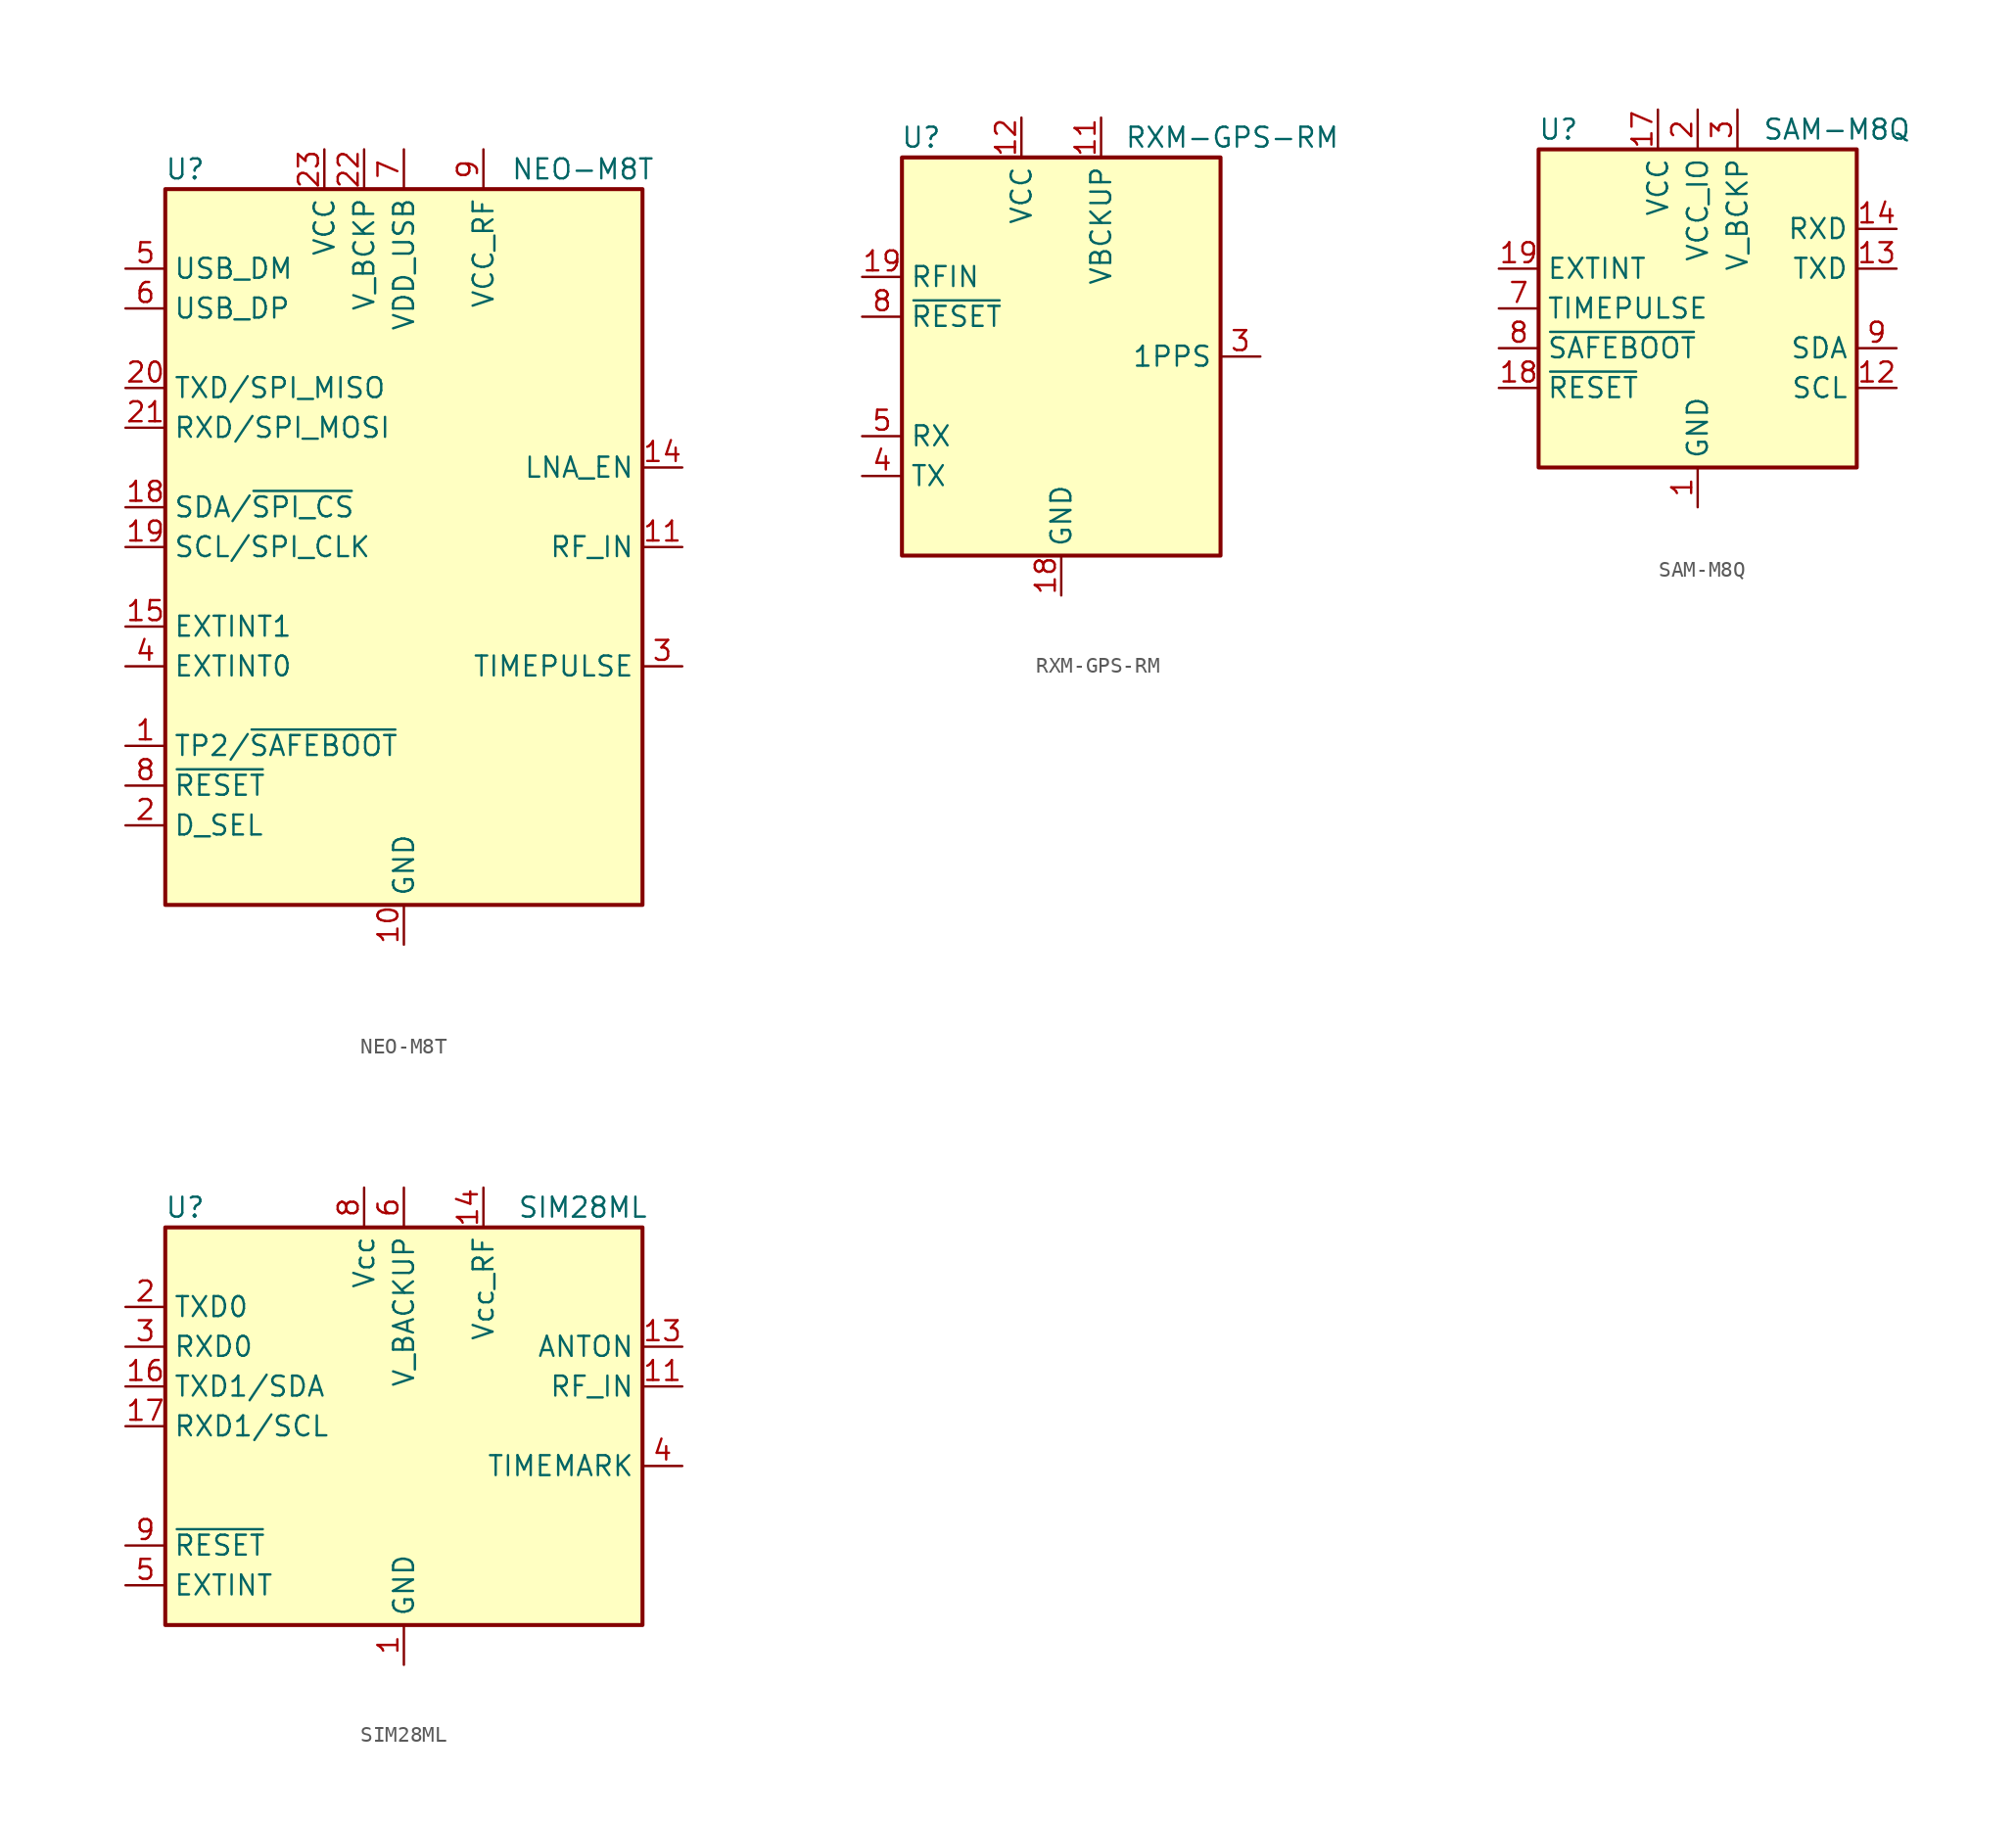
<source format=kicad_sym>
(kicad_symbol_lib
  (version 20201005)
  (generator kicad_symbol_editor)
  (symbol "RF_GPS:NEO-M8T"
    (property "Reference" "U"
      (at -13.97 24.13 0)
      (effects (font (size 1.27 1.27))))
    (property "Value" "NEO-M8T"
      (at 11.43 24.13 0)
      (effects (font (size 1.27 1.27))))
    (symbol "NEO-M8T_0_1"
      (rectangle (start -15.24 22.86) (end 15.24 -22.86) (stroke (width 0.254)) (fill (type background))))
    (symbol "NEO-M8T_1_1"
      (pin bidirectional line (at -17.78 -12.7 0) (length 2.54) (name "TP2/~SAFEBOOT" (effects (font (size 1.27 1.27)))) (number "1" (effects (font (size 1.27 1.27)))))
      (pin power_in line (at 0 -25.4 90) (length 2.54) (name "GND" (effects (font (size 1.27 1.27)))) (number "10" (effects (font (size 1.27 1.27)))))
      (pin input line (at 17.78 0 180) (length 2.54) (name "RF_IN" (effects (font (size 1.27 1.27)))) (number "11" (effects (font (size 1.27 1.27)))))
      (pin passive line (at 0 -25.4 90) (length 2.54) hide (name "GND" (effects (font (size 1.27 1.27)))) (number "12" (effects (font (size 1.27 1.27)))))
      (pin passive line (at 0 -25.4 90) (length 2.54) hide (name "GND" (effects (font (size 1.27 1.27)))) (number "13" (effects (font (size 1.27 1.27)))))
      (pin output line (at 17.78 5.08 180) (length 2.54) (name "LNA_EN" (effects (font (size 1.27 1.27)))) (number "14" (effects (font (size 1.27 1.27)))))
      (pin input line (at -17.78 -5.08 0) (length 2.54) (name "EXTINT1" (effects (font (size 1.27 1.27)))) (number "15" (effects (font (size 1.27 1.27)))))
      (pin no_connect line (at 15.24 -10.16 180) (length 2.54) hide (name "RESERVED" (effects (font (size 1.27 1.27)))) (number "16" (effects (font (size 1.27 1.27)))))
      (pin no_connect line (at 15.24 -12.7 180) (length 2.54) hide (name "RESERVED" (effects (font (size 1.27 1.27)))) (number "17" (effects (font (size 1.27 1.27)))))
      (pin bidirectional line (at -17.78 2.54 0) (length 2.54) (name "SDA/~SPI_CS" (effects (font (size 1.27 1.27)))) (number "18" (effects (font (size 1.27 1.27)))))
      (pin input line (at -17.78 0 0) (length 2.54) (name "SCL/SPI_CLK" (effects (font (size 1.27 1.27)))) (number "19" (effects (font (size 1.27 1.27)))))
      (pin input line (at -17.78 -17.78 0) (length 2.54) (name "D_SEL" (effects (font (size 1.27 1.27)))) (number "2" (effects (font (size 1.27 1.27)))))
      (pin output line (at -17.78 10.16 0) (length 2.54) (name "TXD/SPI_MISO" (effects (font (size 1.27 1.27)))) (number "20" (effects (font (size 1.27 1.27)))))
      (pin input line (at -17.78 7.62 0) (length 2.54) (name "RXD/SPI_MOSI" (effects (font (size 1.27 1.27)))) (number "21" (effects (font (size 1.27 1.27)))))
      (pin power_in line (at -2.54 25.4 270) (length 2.54) (name "V_BCKP" (effects (font (size 1.27 1.27)))) (number "22" (effects (font (size 1.27 1.27)))))
      (pin power_in line (at -5.08 25.4 270) (length 2.54) (name "VCC" (effects (font (size 1.27 1.27)))) (number "23" (effects (font (size 1.27 1.27)))))
      (pin passive line (at 0 -25.4 90) (length 2.54) hide (name "GND" (effects (font (size 1.27 1.27)))) (number "24" (effects (font (size 1.27 1.27)))))
      (pin output line (at 17.78 -7.62 180) (length 2.54) (name "TIMEPULSE" (effects (font (size 1.27 1.27)))) (number "3" (effects (font (size 1.27 1.27)))))
      (pin input line (at -17.78 -7.62 0) (length 2.54) (name "EXTINT0" (effects (font (size 1.27 1.27)))) (number "4" (effects (font (size 1.27 1.27)))))
      (pin bidirectional line (at -17.78 17.78 0) (length 2.54) (name "USB_DM" (effects (font (size 1.27 1.27)))) (number "5" (effects (font (size 1.27 1.27)))))
      (pin bidirectional line (at -17.78 15.24 0) (length 2.54) (name "USB_DP" (effects (font (size 1.27 1.27)))) (number "6" (effects (font (size 1.27 1.27)))))
      (pin power_in line (at 0 25.4 270) (length 2.54) (name "VDD_USB" (effects (font (size 1.27 1.27)))) (number "7" (effects (font (size 1.27 1.27)))))
      (pin input line (at -17.78 -15.24 0) (length 2.54) (name "~RESET" (effects (font (size 1.27 1.27)))) (number "8" (effects (font (size 1.27 1.27)))))
      (pin power_out line (at 5.08 25.4 270) (length 2.54) (name "VCC_RF" (effects (font (size 1.27 1.27)))) (number "9" (effects (font (size 1.27 1.27)))))))
  (symbol "RF_GPS:RXM-GPS-RM"
    (property "Reference" "U"
      (at -7.62 13.97 0)
      (effects (font (size 1.27 1.27)) (justify right)))
    (property "Value" "RXM-GPS-RM"
      (at 17.78 13.97 0)
      (effects (font (size 1.27 1.27)) (justify right)))
    (symbol "RXM-GPS-RM_0_1"
      (rectangle (start 10.16 -12.7) (end -10.16 12.7) (stroke (width 0.254)) (fill (type background))))
    (symbol "RXM-GPS-RM_1_1"
      (pin no_connect line (at -10.16 10.16 0) (length 2.54) hide (name "NC" (effects (font (size 1.27 1.27)))) (number "1" (effects (font (size 1.27 1.27)))))
      (pin no_connect line (at 10.16 10.16 180) (length 2.54) hide (name "NC" (effects (font (size 1.27 1.27)))) (number "10" (effects (font (size 1.27 1.27)))))
      (pin power_in line (at 2.54 15.24 270) (length 2.54) (name "VBCKUP" (effects (font (size 1.27 1.27)))) (number "11" (effects (font (size 1.27 1.27)))))
      (pin power_in line (at -2.54 15.24 270) (length 2.54) (name "VCC" (effects (font (size 1.27 1.27)))) (number "12" (effects (font (size 1.27 1.27)))))
      (pin no_connect line (at 10.16 7.62 180) (length 2.54) hide (name "NC" (effects (font (size 1.27 1.27)))) (number "13" (effects (font (size 1.27 1.27)))))
      (pin no_connect line (at 10.16 5.08 180) (length 2.54) hide (name "NC" (effects (font (size 1.27 1.27)))) (number "14" (effects (font (size 1.27 1.27)))))
      (pin no_connect line (at 10.16 2.54 180) (length 2.54) hide (name "NC" (effects (font (size 1.27 1.27)))) (number "15" (effects (font (size 1.27 1.27)))))
      (pin no_connect line (at 10.16 -2.54 180) (length 2.54) hide (name "NC" (effects (font (size 1.27 1.27)))) (number "16" (effects (font (size 1.27 1.27)))))
      (pin power_in line (at 0 -15.24 90) (length 2.54) (name "GND" (effects (font (size 1.27 1.27)))) (number "18" (effects (font (size 1.27 1.27)))))
      (pin input line (at -12.7 5.08 0) (length 2.54) (name "RFIN" (effects (font (size 1.27 1.27)))) (number "19" (effects (font (size 1.27 1.27)))))
      (pin no_connect line (at -10.16 7.62 0) (length 2.54) hide (name "NC" (effects (font (size 1.27 1.27)))) (number "2" (effects (font (size 1.27 1.27)))))
      (pin passive line (at 0 -15.24 90) (length 2.54) hide (name "GND" (effects (font (size 1.27 1.27)))) (number "20" (effects (font (size 1.27 1.27)))))
      (pin passive line (at 0 -15.24 90) (length 2.54) hide (name "GND" (effects (font (size 1.27 1.27)))) (number "21" (effects (font (size 1.27 1.27)))))
      (pin passive line (at 0 -15.24 90) (length 2.54) hide (name "GND" (effects (font (size 1.27 1.27)))) (number "22" (effects (font (size 1.27 1.27)))))
      (pin output line (at 12.7 0 180) (length 2.54) (name "1PPS" (effects (font (size 1.27 1.27)))) (number "3" (effects (font (size 1.27 1.27)))))
      (pin output line (at -12.7 -7.62 0) (length 2.54) (name "TX" (effects (font (size 1.27 1.27)))) (number "4" (effects (font (size 1.27 1.27)))))
      (pin input line (at -12.7 -5.08 0) (length 2.54) (name "RX" (effects (font (size 1.27 1.27)))) (number "5" (effects (font (size 1.27 1.27)))))
      (pin no_connect line (at -10.16 0 0) (length 2.54) hide (name "NC" (effects (font (size 1.27 1.27)))) (number "6" (effects (font (size 1.27 1.27)))))
      (pin no_connect line (at -10.16 -2.54 0) (length 2.54) hide (name "NC" (effects (font (size 1.27 1.27)))) (number "7" (effects (font (size 1.27 1.27)))))
      (pin input line (at -12.7 2.54 0) (length 2.54) (name "~RESET" (effects (font (size 1.27 1.27)))) (number "8" (effects (font (size 1.27 1.27)))))
      (pin no_connect line (at -10.16 -10.16 0) (length 2.54) hide (name "NC" (effects (font (size 1.27 1.27)))) (number "9" (effects (font (size 1.27 1.27)))))))
  (symbol "RF_GPS:SAM-M8Q"
    (property "Reference" "U"
      (at -8.89 11.43 0)
      (effects (font (size 1.27 1.27))))
    (property "Value" "SAM-M8Q"
      (at 8.89 11.43 0)
      (effects (font (size 1.27 1.27))))
    (symbol "SAM-M8Q_0_1"
      (rectangle (start -10.16 10.16) (end 10.16 -10.16) (stroke (width 0.254)) (fill (type background))))
    (symbol "SAM-M8Q_1_1"
      (pin power_in line (at 0 -12.7 90) (length 2.54) (name "GND" (effects (font (size 1.27 1.27)))) (number "1" (effects (font (size 1.27 1.27)))))
      (pin passive line (at 0 -12.7 90) (length 2.54) hide (name "GND" (effects (font (size 1.27 1.27)))) (number "10" (effects (font (size 1.27 1.27)))))
      (pin passive line (at 0 -12.7 90) (length 2.54) hide (name "GND" (effects (font (size 1.27 1.27)))) (number "11" (effects (font (size 1.27 1.27)))))
      (pin input line (at 12.7 -5.08 180) (length 2.54) (name "SCL" (effects (font (size 1.27 1.27)))) (number "12" (effects (font (size 1.27 1.27)))))
      (pin output line (at 12.7 2.54 180) (length 2.54) (name "TXD" (effects (font (size 1.27 1.27)))) (number "13" (effects (font (size 1.27 1.27)))))
      (pin input line (at 12.7 5.08 180) (length 2.54) (name "RXD" (effects (font (size 1.27 1.27)))) (number "14" (effects (font (size 1.27 1.27)))))
      (pin passive line (at 0 -12.7 90) (length 2.54) hide (name "GND" (effects (font (size 1.27 1.27)))) (number "15" (effects (font (size 1.27 1.27)))))
      (pin passive line (at 0 -12.7 90) (length 2.54) hide (name "GND" (effects (font (size 1.27 1.27)))) (number "16" (effects (font (size 1.27 1.27)))))
      (pin power_in line (at -2.54 12.7 270) (length 2.54) (name "VCC" (effects (font (size 1.27 1.27)))) (number "17" (effects (font (size 1.27 1.27)))))
      (pin input line (at -12.7 -5.08 0) (length 2.54) (name "~RESET" (effects (font (size 1.27 1.27)))) (number "18" (effects (font (size 1.27 1.27)))))
      (pin input line (at -12.7 2.54 0) (length 2.54) (name "EXTINT" (effects (font (size 1.27 1.27)))) (number "19" (effects (font (size 1.27 1.27)))))
      (pin power_in line (at 0 12.7 270) (length 2.54) (name "VCC_IO" (effects (font (size 1.27 1.27)))) (number "2" (effects (font (size 1.27 1.27)))))
      (pin passive line (at 0 -12.7 90) (length 2.54) hide (name "GND" (effects (font (size 1.27 1.27)))) (number "20" (effects (font (size 1.27 1.27)))))
      (pin power_in line (at 2.54 12.7 270) (length 2.54) (name "V_BCKP" (effects (font (size 1.27 1.27)))) (number "3" (effects (font (size 1.27 1.27)))))
      (pin passive line (at 0 -12.7 90) (length 2.54) hide (name "GND" (effects (font (size 1.27 1.27)))) (number "4" (effects (font (size 1.27 1.27)))))
      (pin passive line (at 0 -12.7 90) (length 2.54) hide (name "GND" (effects (font (size 1.27 1.27)))) (number "5" (effects (font (size 1.27 1.27)))))
      (pin passive line (at 0 -12.7 90) (length 2.54) hide (name "GND" (effects (font (size 1.27 1.27)))) (number "6" (effects (font (size 1.27 1.27)))))
      (pin output line (at -12.7 0 0) (length 2.54) (name "TIMEPULSE" (effects (font (size 1.27 1.27)))) (number "7" (effects (font (size 1.27 1.27)))))
      (pin input line (at -12.7 -2.54 0) (length 2.54) (name "~SAFEBOOT" (effects (font (size 1.27 1.27)))) (number "8" (effects (font (size 1.27 1.27)))))
      (pin bidirectional line (at 12.7 -2.54 180) (length 2.54) (name "SDA" (effects (font (size 1.27 1.27)))) (number "9" (effects (font (size 1.27 1.27)))))))
  (symbol "RF_GPS:SIM28ML"
    (property "Reference" "U"
      (at -13.97 13.97 0)
      (effects (font (size 1.27 1.27))))
    (property "Value" "SIM28ML"
      (at 11.43 13.97 0)
      (effects (font (size 1.27 1.27))))
    (symbol "SIM28ML_0_1"
      (rectangle (start -15.24 12.7) (end 15.24 -12.7) (stroke (width 0.254)) (fill (type background))))
    (symbol "SIM28ML_1_1"
      (pin power_in line (at 0 -15.24 90) (length 2.54) (name "GND" (effects (font (size 1.27 1.27)))) (number "1" (effects (font (size 1.27 1.27)))))
      (pin passive line (at 0 -15.24 90) (length 2.54) hide (name "GND" (effects (font (size 1.27 1.27)))) (number "10" (effects (font (size 1.27 1.27)))))
      (pin input line (at 17.78 2.54 180) (length 2.54) (name "RF_IN" (effects (font (size 1.27 1.27)))) (number "11" (effects (font (size 1.27 1.27)))))
      (pin passive line (at 0 -15.24 90) (length 2.54) hide (name "GND" (effects (font (size 1.27 1.27)))) (number "12" (effects (font (size 1.27 1.27)))))
      (pin power_out line (at 17.78 5.08 180) (length 2.54) (name "ANTON" (effects (font (size 1.27 1.27)))) (number "13" (effects (font (size 1.27 1.27)))))
      (pin power_out line (at 5.08 15.24 270) (length 2.54) (name "Vcc_RF" (effects (font (size 1.27 1.27)))) (number "14" (effects (font (size 1.27 1.27)))))
      (pin no_connect line (at 15.24 -7.62 180) (length 2.54) hide (name "NC" (effects (font (size 1.27 1.27)))) (number "15" (effects (font (size 1.27 1.27)))))
      (pin bidirectional line (at -17.78 2.54 0) (length 2.54) (name "TXD1/SDA" (effects (font (size 1.27 1.27)))) (number "16" (effects (font (size 1.27 1.27)))))
      (pin input line (at -17.78 0 0) (length 2.54) (name "RXD1/SCL" (effects (font (size 1.27 1.27)))) (number "17" (effects (font (size 1.27 1.27)))))
      (pin no_connect line (at 15.24 -10.16 180) (length 2.54) hide (name "NC" (effects (font (size 1.27 1.27)))) (number "18" (effects (font (size 1.27 1.27)))))
      (pin output line (at -17.78 7.62 0) (length 2.54) (name "TXD0" (effects (font (size 1.27 1.27)))) (number "2" (effects (font (size 1.27 1.27)))))
      (pin input line (at -17.78 5.08 0) (length 2.54) (name "RXD0" (effects (font (size 1.27 1.27)))) (number "3" (effects (font (size 1.27 1.27)))))
      (pin output line (at 17.78 -2.54 180) (length 2.54) (name "TIMEMARK" (effects (font (size 1.27 1.27)))) (number "4" (effects (font (size 1.27 1.27)))))
      (pin input line (at -17.78 -10.16 0) (length 2.54) (name "EXTINT" (effects (font (size 1.27 1.27)))) (number "5" (effects (font (size 1.27 1.27)))))
      (pin power_in line (at 0 15.24 270) (length 2.54) (name "V_BACKUP" (effects (font (size 1.27 1.27)))) (number "6" (effects (font (size 1.27 1.27)))))
      (pin no_connect line (at 15.24 -5.08 180) (length 2.54) hide (name "NC" (effects (font (size 1.27 1.27)))) (number "7" (effects (font (size 1.27 1.27)))))
      (pin power_in line (at -2.54 15.24 270) (length 2.54) (name "Vcc" (effects (font (size 1.27 1.27)))) (number "8" (effects (font (size 1.27 1.27)))))
      (pin input line (at -17.78 -7.62 0) (length 2.54) (name "~RESET" (effects (font (size 1.27 1.27)))) (number "9" (effects (font (size 1.27 1.27))))))))
</source>
